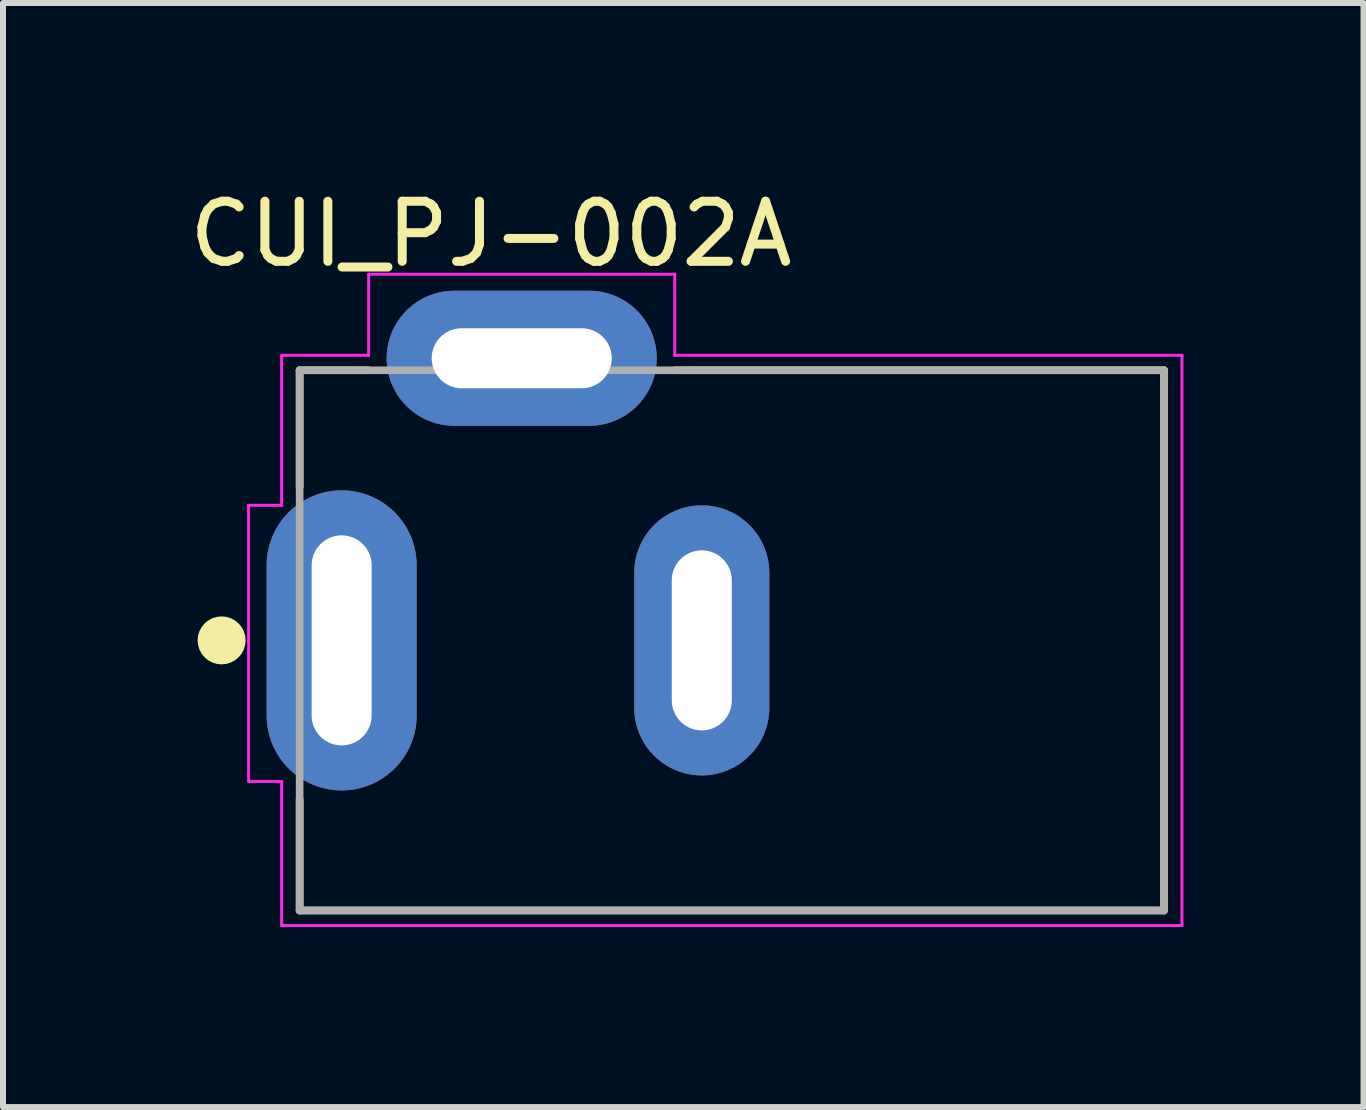
<source format=kicad_pcb>
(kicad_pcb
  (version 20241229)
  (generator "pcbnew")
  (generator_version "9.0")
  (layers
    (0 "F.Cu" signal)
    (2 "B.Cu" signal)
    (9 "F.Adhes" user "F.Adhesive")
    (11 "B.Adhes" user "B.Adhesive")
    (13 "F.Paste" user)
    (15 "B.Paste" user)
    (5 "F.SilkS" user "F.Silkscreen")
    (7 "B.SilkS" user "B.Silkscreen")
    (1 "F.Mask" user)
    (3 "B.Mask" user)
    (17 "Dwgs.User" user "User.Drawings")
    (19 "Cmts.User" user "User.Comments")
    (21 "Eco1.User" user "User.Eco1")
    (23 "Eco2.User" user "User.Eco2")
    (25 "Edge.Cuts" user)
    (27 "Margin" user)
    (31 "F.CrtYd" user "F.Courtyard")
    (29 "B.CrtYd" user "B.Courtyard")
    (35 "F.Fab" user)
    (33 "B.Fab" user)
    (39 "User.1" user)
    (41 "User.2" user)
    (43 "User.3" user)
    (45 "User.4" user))
  (footprint "CUI_PJ-002A"
    (layer "F.Cu")
    (at 2.642 7.619)
    (property "Reference" "CUI_PJ-002A" (at 2.487 -6.771 0) (layer "F.SilkS") (effects (font (size 1.001 1.001) (thickness 0.15))))
    (attr through_hole)
    (fp_line (start -0.7 -4.5) (end -0.7 -2.55) (stroke (width 0.127) (type solid)) (layer "F.SilkS"))
    (fp_line (start -0.7 2.65) (end -0.7 4.5) (stroke (width 0.127) (type solid)) (layer "F.SilkS"))
    (fp_line (start -0.7 4.5) (end 13.7 4.5) (stroke (width 0.127) (type solid)) (layer "F.SilkS"))
    (fp_line (start 0.45 -4.5) (end -0.7 -4.5) (stroke (width 0.127) (type solid)) (layer "F.SilkS"))
    (fp_line (start 13.7 -4.5) (end 5.55 -4.5) (stroke (width 0.127) (type solid)) (layer "F.SilkS"))
    (fp_line (start 13.7 4.5) (end 13.7 -4.5) (stroke (width 0.127) (type solid)) (layer "F.SilkS"))
    (fp_circle (center -2 0) (end -1.8 0) (stroke (width 0.4) (type solid)) (fill no) (layer "F.SilkS"))
    (fp_line (start -1.55 -2.25) (end -1 -2.25) (stroke (width 0.05) (type solid)) (layer "F.CrtYd"))
    (fp_line (start -1.55 2.35) (end -1.55 -2.25) (stroke (width 0.05) (type solid)) (layer "F.CrtYd"))
    (fp_line (start -1 -4.75) (end -1 -2.25) (stroke (width 0.05) (type solid)) (layer "F.CrtYd"))
    (fp_line (start -1 2.35) (end -1.55 2.35) (stroke (width 0.05) (type solid)) (layer "F.CrtYd"))
    (fp_line (start -1 2.35) (end -1 4.75) (stroke (width 0.05) (type solid)) (layer "F.CrtYd"))
    (fp_line (start -1 4.75) (end 14 4.75) (stroke (width 0.05) (type solid)) (layer "F.CrtYd"))
    (fp_line (start 0.45 -6.1) (end 0.45 -4.75) (stroke (width 0.05) (type solid)) (layer "F.CrtYd"))
    (fp_line (start 0.45 -4.75) (end -1 -4.75) (stroke (width 0.05) (type solid)) (layer "F.CrtYd"))
    (fp_line (start 5.55 -6.1) (end 0.45 -6.1) (stroke (width 0.05) (type solid)) (layer "F.CrtYd"))
    (fp_line (start 5.55 -4.75) (end 5.55 -6.1) (stroke (width 0.05) (type solid)) (layer "F.CrtYd"))
    (fp_line (start 14 -4.75) (end 5.55 -4.75) (stroke (width 0.05) (type solid)) (layer "F.CrtYd"))
    (fp_line (start 14 4.75) (end 14 -4.75) (stroke (width 0.05) (type solid)) (layer "F.CrtYd"))
    (fp_line (start -0.7 -4.5) (end -0.7 4.5) (stroke (width 0.127) (type solid)) (layer "F.Fab"))
    (fp_line (start -0.7 4.5) (end 13.7 4.5) (stroke (width 0.127) (type solid)) (layer "F.Fab"))
    (fp_line (start 13.7 -4.5) (end -0.7 -4.5) (stroke (width 0.127) (type solid)) (layer "F.Fab"))
    (fp_line (start 13.7 4.5) (end 13.7 -4.5) (stroke (width 0.127) (type solid)) (layer "F.Fab"))
    (pad "1" thru_hole oval (at 0 0) (size 2.5 5) (drill oval 1 3.5) (layers "*.Cu" "*.Mask"))
    (pad "2" thru_hole oval (at 6 0) (size 2.25 4.5) (drill oval 1 3) (layers "*.Cu" "*.Mask"))
    (pad "3" thru_hole oval (at 3 -4.7) (size 4.5 2.25) (drill oval 3 1) (layers "*.Cu" "*.Mask")))
  (gr_rect
    (start -3 -3)
    (end 19.667 15.394)
    (stroke (width 0.1) (type default))
    (fill no)
    (layer "Edge.Cuts")))
</source>
